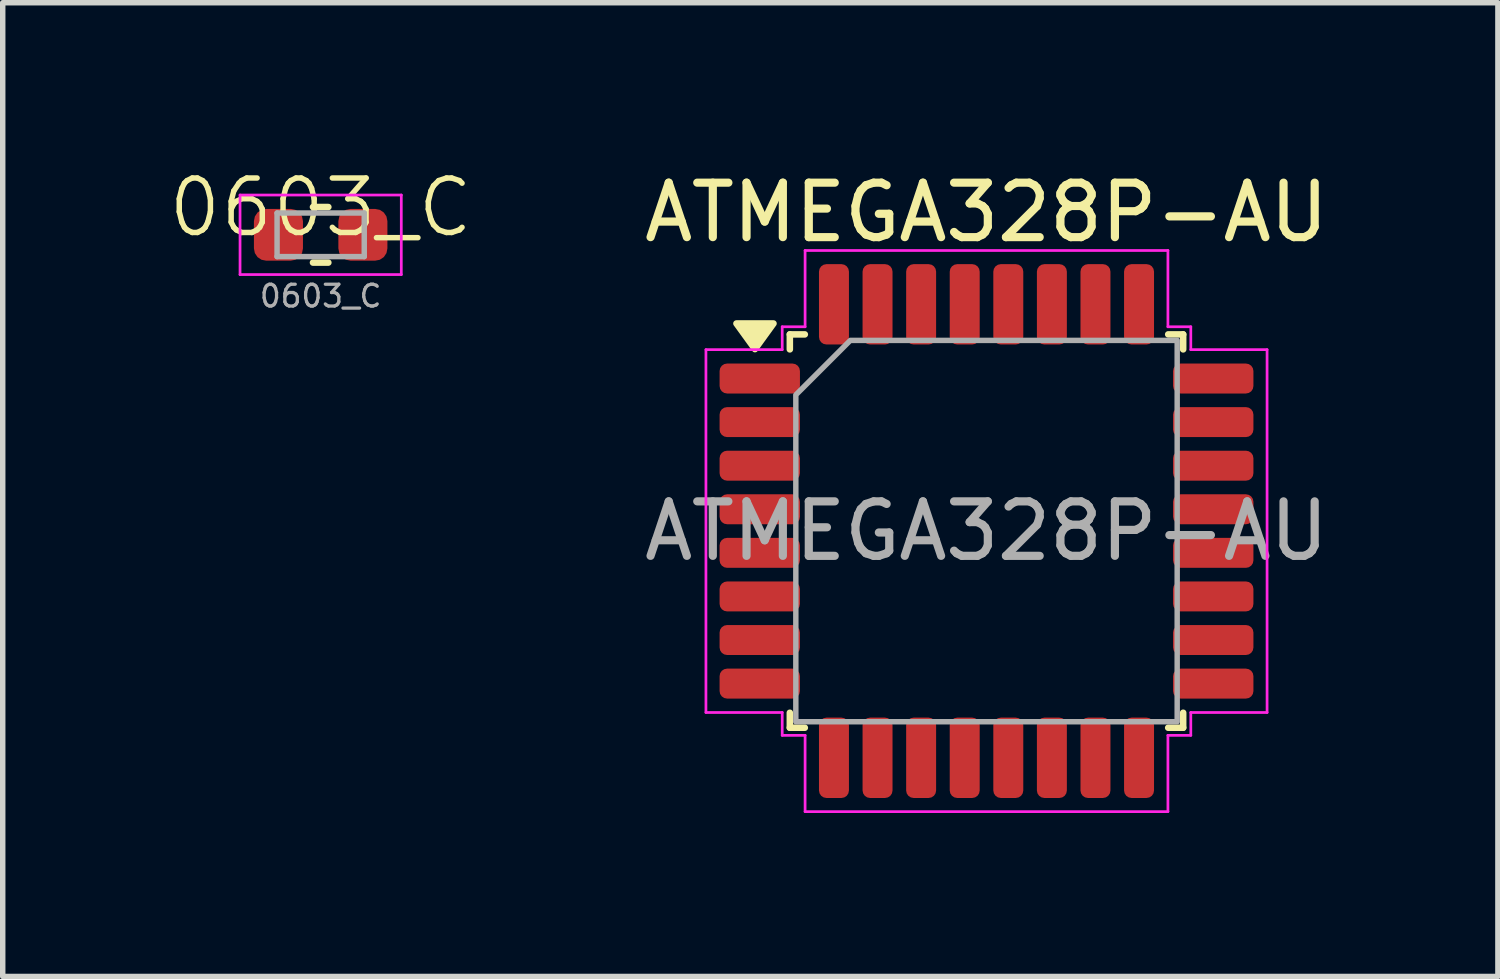
<source format=kicad_pcb>
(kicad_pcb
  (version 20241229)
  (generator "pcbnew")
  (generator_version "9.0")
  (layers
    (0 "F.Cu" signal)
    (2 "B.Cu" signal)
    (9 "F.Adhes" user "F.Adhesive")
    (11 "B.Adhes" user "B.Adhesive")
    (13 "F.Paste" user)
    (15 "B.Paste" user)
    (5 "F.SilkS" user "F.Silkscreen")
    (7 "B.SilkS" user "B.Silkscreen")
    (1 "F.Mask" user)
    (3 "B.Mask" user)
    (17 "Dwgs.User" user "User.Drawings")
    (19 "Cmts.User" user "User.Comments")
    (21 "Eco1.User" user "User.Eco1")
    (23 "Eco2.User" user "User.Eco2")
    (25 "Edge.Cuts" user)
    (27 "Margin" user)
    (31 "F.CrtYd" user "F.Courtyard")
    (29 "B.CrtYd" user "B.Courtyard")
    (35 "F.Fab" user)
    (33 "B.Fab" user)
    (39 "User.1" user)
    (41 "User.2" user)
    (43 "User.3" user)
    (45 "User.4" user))
  (footprint "0603_C"
    (layer "F.Cu")
    (at 2.836 1.26)
    (property "Reference" "0603_C" (at 0 -0.5 0) (unlocked yes) (layer "F.SilkS") (effects (font (size 1 1) (thickness 0.1))))
    (attr smd)
    (fp_line (start -0.141 -0.51) (end 0.141 -0.51) (stroke (width 0.12) (type solid)) (layer "F.SilkS"))
    (fp_line (start -0.141 0.51) (end 0.141 0.51) (stroke (width 0.12) (type solid)) (layer "F.SilkS"))
    (fp_line (start -1.48 -0.73) (end 1.48 -0.73) (stroke (width 0.05) (type solid)) (layer "F.CrtYd"))
    (fp_line (start -1.48 0.73) (end -1.48 -0.73) (stroke (width 0.05) (type solid)) (layer "F.CrtYd"))
    (fp_line (start 1.48 -0.73) (end 1.48 0.73) (stroke (width 0.05) (type solid)) (layer "F.CrtYd"))
    (fp_line (start 1.48 0.73) (end -1.48 0.73) (stroke (width 0.05) (type solid)) (layer "F.CrtYd"))
    (fp_line (start -0.8 -0.4) (end 0.8 -0.4) (stroke (width 0.1) (type solid)) (layer "F.Fab"))
    (fp_line (start -0.8 0.4) (end -0.8 -0.4) (stroke (width 0.1) (type solid)) (layer "F.Fab"))
    (fp_line (start 0.8 -0.4) (end 0.8 0.4) (stroke (width 0.1) (type solid)) (layer "F.Fab"))
    (fp_line (start 0.8 0.4) (end -0.8 0.4) (stroke (width 0.1) (type solid)) (layer "F.Fab"))
    (fp_text user "${REFERENCE}" (at 0 1.125 0) (layer "F.Fab") (effects (font (size 0.4 0.4) (thickness 0.06))))
    (pad "1" smd roundrect (at -0.775 0) (size 0.9 0.95) (layers "F.Cu" "F.Mask" "F.Paste") (roundrect_rratio 0.25))
    (pad "2" smd roundrect (at 0.775 0) (size 0.9 0.95) (layers "F.Cu" "F.Mask" "F.Paste") (roundrect_rratio 0.25)))
  (footprint "ATMEGA328P-AU"
    (layer "F.Cu")
    (at 15.058 6.698)
    (property "Reference" "ATMEGA328P-AU" (at 0 -5.85 0) (layer "F.SilkS") (effects (font (size 1 1) (thickness 0.15))))
    (attr smd)
    (fp_line (start -3.61 -3.61) (end -3.335 -3.61) (stroke (width 0.12) (type solid)) (layer "F.SilkS"))
    (fp_line (start -3.61 -3.335) (end -3.61 -3.61) (stroke (width 0.12) (type solid)) (layer "F.SilkS"))
    (fp_line (start -3.61 3.61) (end -3.61 3.335) (stroke (width 0.12) (type solid)) (layer "F.SilkS"))
    (fp_line (start -3.335 3.61) (end -3.61 3.61) (stroke (width 0.12) (type solid)) (layer "F.SilkS"))
    (fp_line (start 3.335 -3.61) (end 3.61 -3.61) (stroke (width 0.12) (type solid)) (layer "F.SilkS"))
    (fp_line (start 3.61 -3.61) (end 3.61 -3.335) (stroke (width 0.12) (type solid)) (layer "F.SilkS"))
    (fp_line (start 3.61 3.335) (end 3.61 3.61) (stroke (width 0.12) (type solid)) (layer "F.SilkS"))
    (fp_line (start 3.61 3.61) (end 3.335 3.61) (stroke (width 0.12) (type solid)) (layer "F.SilkS"))
    (fp_poly (pts (xy -4.25 -3.34) (xy -4.59 -3.81) (xy -3.91 -3.81)) (stroke (width 0.12) (type solid)) (fill yes) (layer "F.SilkS"))
    (fp_line (start -5.15 -3.33) (end -3.75 -3.33) (stroke (width 0.05) (type solid)) (layer "F.CrtYd"))
    (fp_line (start -5.15 3.33) (end -5.15 -3.33) (stroke (width 0.05) (type solid)) (layer "F.CrtYd"))
    (fp_line (start -3.75 -3.75) (end -3.33 -3.75) (stroke (width 0.05) (type solid)) (layer "F.CrtYd"))
    (fp_line (start -3.75 -3.33) (end -3.75 -3.75) (stroke (width 0.05) (type solid)) (layer "F.CrtYd"))
    (fp_line (start -3.75 3.33) (end -5.15 3.33) (stroke (width 0.05) (type solid)) (layer "F.CrtYd"))
    (fp_line (start -3.75 3.75) (end -3.75 3.33) (stroke (width 0.05) (type solid)) (layer "F.CrtYd"))
    (fp_line (start -3.33 -5.15) (end 3.33 -5.15) (stroke (width 0.05) (type solid)) (layer "F.CrtYd"))
    (fp_line (start -3.33 -3.75) (end -3.33 -5.15) (stroke (width 0.05) (type solid)) (layer "F.CrtYd"))
    (fp_line (start -3.33 3.75) (end -3.75 3.75) (stroke (width 0.05) (type solid)) (layer "F.CrtYd"))
    (fp_line (start -3.33 5.15) (end -3.33 3.75) (stroke (width 0.05) (type solid)) (layer "F.CrtYd"))
    (fp_line (start 3.33 -5.15) (end 3.33 -3.75) (stroke (width 0.05) (type solid)) (layer "F.CrtYd"))
    (fp_line (start 3.33 -3.75) (end 3.75 -3.75) (stroke (width 0.05) (type solid)) (layer "F.CrtYd"))
    (fp_line (start 3.33 3.75) (end 3.33 5.15) (stroke (width 0.05) (type solid)) (layer "F.CrtYd"))
    (fp_line (start 3.33 5.15) (end -3.33 5.15) (stroke (width 0.05) (type solid)) (layer "F.CrtYd"))
    (fp_line (start 3.75 -3.75) (end 3.75 -3.33) (stroke (width 0.05) (type solid)) (layer "F.CrtYd"))
    (fp_line (start 3.75 -3.33) (end 5.15 -3.33) (stroke (width 0.05) (type solid)) (layer "F.CrtYd"))
    (fp_line (start 3.75 3.33) (end 3.75 3.75) (stroke (width 0.05) (type solid)) (layer "F.CrtYd"))
    (fp_line (start 3.75 3.75) (end 3.33 3.75) (stroke (width 0.05) (type solid)) (layer "F.CrtYd"))
    (fp_line (start 5.15 -3.33) (end 5.15 3.33) (stroke (width 0.05) (type solid)) (layer "F.CrtYd"))
    (fp_line (start 5.15 3.33) (end 3.75 3.33) (stroke (width 0.05) (type solid)) (layer "F.CrtYd"))
    (fp_poly (pts (xy -3.5 -2.5) (xy -3.5 3.5) (xy 3.5 3.5) (xy 3.5 -3.5) (xy -2.5 -3.5)) (stroke (width 0.1) (type solid)) (fill no) (layer "F.Fab"))
    (fp_text user "${REFERENCE}" (at 0 0 0) (layer "F.Fab") (effects (font (size 1 1) (thickness 0.15))))
    (pad "1" smd roundrect (at -4.162 -2.8) (size 1.475 0.55) (layers "F.Cu" "F.Mask" "F.Paste") (roundrect_rratio 0.25))
    (pad "2" smd roundrect (at -4.162 -2) (size 1.475 0.55) (layers "F.Cu" "F.Mask" "F.Paste") (roundrect_rratio 0.25))
    (pad "3" smd roundrect (at -4.162 -1.2) (size 1.475 0.55) (layers "F.Cu" "F.Mask" "F.Paste") (roundrect_rratio 0.25))
    (pad "4" smd roundrect (at -4.162 -0.4) (size 1.475 0.55) (layers "F.Cu" "F.Mask" "F.Paste") (roundrect_rratio 0.25))
    (pad "5" smd roundrect (at -4.162 0.4) (size 1.475 0.55) (layers "F.Cu" "F.Mask" "F.Paste") (roundrect_rratio 0.25))
    (pad "6" smd roundrect (at -4.162 1.2) (size 1.475 0.55) (layers "F.Cu" "F.Mask" "F.Paste") (roundrect_rratio 0.25))
    (pad "7" smd roundrect (at -4.162 2) (size 1.475 0.55) (layers "F.Cu" "F.Mask" "F.Paste") (roundrect_rratio 0.25))
    (pad "8" smd roundrect (at -4.162 2.8) (size 1.475 0.55) (layers "F.Cu" "F.Mask" "F.Paste") (roundrect_rratio 0.25))
    (pad "9" smd roundrect (at -2.8 4.162) (size 0.55 1.475) (layers "F.Cu" "F.Mask" "F.Paste") (roundrect_rratio 0.25))
    (pad "10" smd roundrect (at -2 4.162) (size 0.55 1.475) (layers "F.Cu" "F.Mask" "F.Paste") (roundrect_rratio 0.25))
    (pad "11" smd roundrect (at -1.2 4.162) (size 0.55 1.475) (layers "F.Cu" "F.Mask" "F.Paste") (roundrect_rratio 0.25))
    (pad "12" smd roundrect (at -0.4 4.162) (size 0.55 1.475) (layers "F.Cu" "F.Mask" "F.Paste") (roundrect_rratio 0.25))
    (pad "13" smd roundrect (at 0.4 4.162) (size 0.55 1.475) (layers "F.Cu" "F.Mask" "F.Paste") (roundrect_rratio 0.25))
    (pad "14" smd roundrect (at 1.2 4.162) (size 0.55 1.475) (layers "F.Cu" "F.Mask" "F.Paste") (roundrect_rratio 0.25))
    (pad "15" smd roundrect (at 2 4.162) (size 0.55 1.475) (layers "F.Cu" "F.Mask" "F.Paste") (roundrect_rratio 0.25))
    (pad "16" smd roundrect (at 2.8 4.162) (size 0.55 1.475) (layers "F.Cu" "F.Mask" "F.Paste") (roundrect_rratio 0.25))
    (pad "17" smd roundrect (at 4.162 2.8) (size 1.475 0.55) (layers "F.Cu" "F.Mask" "F.Paste") (roundrect_rratio 0.25))
    (pad "18" smd roundrect (at 4.162 2) (size 1.475 0.55) (layers "F.Cu" "F.Mask" "F.Paste") (roundrect_rratio 0.25))
    (pad "19" smd roundrect (at 4.162 1.2) (size 1.475 0.55) (layers "F.Cu" "F.Mask" "F.Paste") (roundrect_rratio 0.25))
    (pad "20" smd roundrect (at 4.162 0.4) (size 1.475 0.55) (layers "F.Cu" "F.Mask" "F.Paste") (roundrect_rratio 0.25))
    (pad "21" smd roundrect (at 4.162 -0.4) (size 1.475 0.55) (layers "F.Cu" "F.Mask" "F.Paste") (roundrect_rratio 0.25))
    (pad "22" smd roundrect (at 4.162 -1.2) (size 1.475 0.55) (layers "F.Cu" "F.Mask" "F.Paste") (roundrect_rratio 0.25))
    (pad "23" smd roundrect (at 4.162 -2) (size 1.475 0.55) (layers "F.Cu" "F.Mask" "F.Paste") (roundrect_rratio 0.25))
    (pad "24" smd roundrect (at 4.162 -2.8) (size 1.475 0.55) (layers "F.Cu" "F.Mask" "F.Paste") (roundrect_rratio 0.25))
    (pad "25" smd roundrect (at 2.8 -4.162) (size 0.55 1.475) (layers "F.Cu" "F.Mask" "F.Paste") (roundrect_rratio 0.25))
    (pad "26" smd roundrect (at 2 -4.162) (size 0.55 1.475) (layers "F.Cu" "F.Mask" "F.Paste") (roundrect_rratio 0.25))
    (pad "27" smd roundrect (at 1.2 -4.162) (size 0.55 1.475) (layers "F.Cu" "F.Mask" "F.Paste") (roundrect_rratio 0.25))
    (pad "28" smd roundrect (at 0.4 -4.162) (size 0.55 1.475) (layers "F.Cu" "F.Mask" "F.Paste") (roundrect_rratio 0.25))
    (pad "29" smd roundrect (at -0.4 -4.162) (size 0.55 1.475) (layers "F.Cu" "F.Mask" "F.Paste") (roundrect_rratio 0.25))
    (pad "30" smd roundrect (at -1.2 -4.162) (size 0.55 1.475) (layers "F.Cu" "F.Mask" "F.Paste") (roundrect_rratio 0.25))
    (pad "31" smd roundrect (at -2 -4.162) (size 0.55 1.475) (layers "F.Cu" "F.Mask" "F.Paste") (roundrect_rratio 0.25))
    (pad "32" smd roundrect (at -2.8 -4.162) (size 0.55 1.475) (layers "F.Cu" "F.Mask" "F.Paste") (roundrect_rratio 0.25)))
  (gr_rect
    (start -3 -3)
    (end 24.445 14.873)
    (stroke (width 0.1) (type default))
    (fill no)
    (layer "Edge.Cuts")))
</source>
